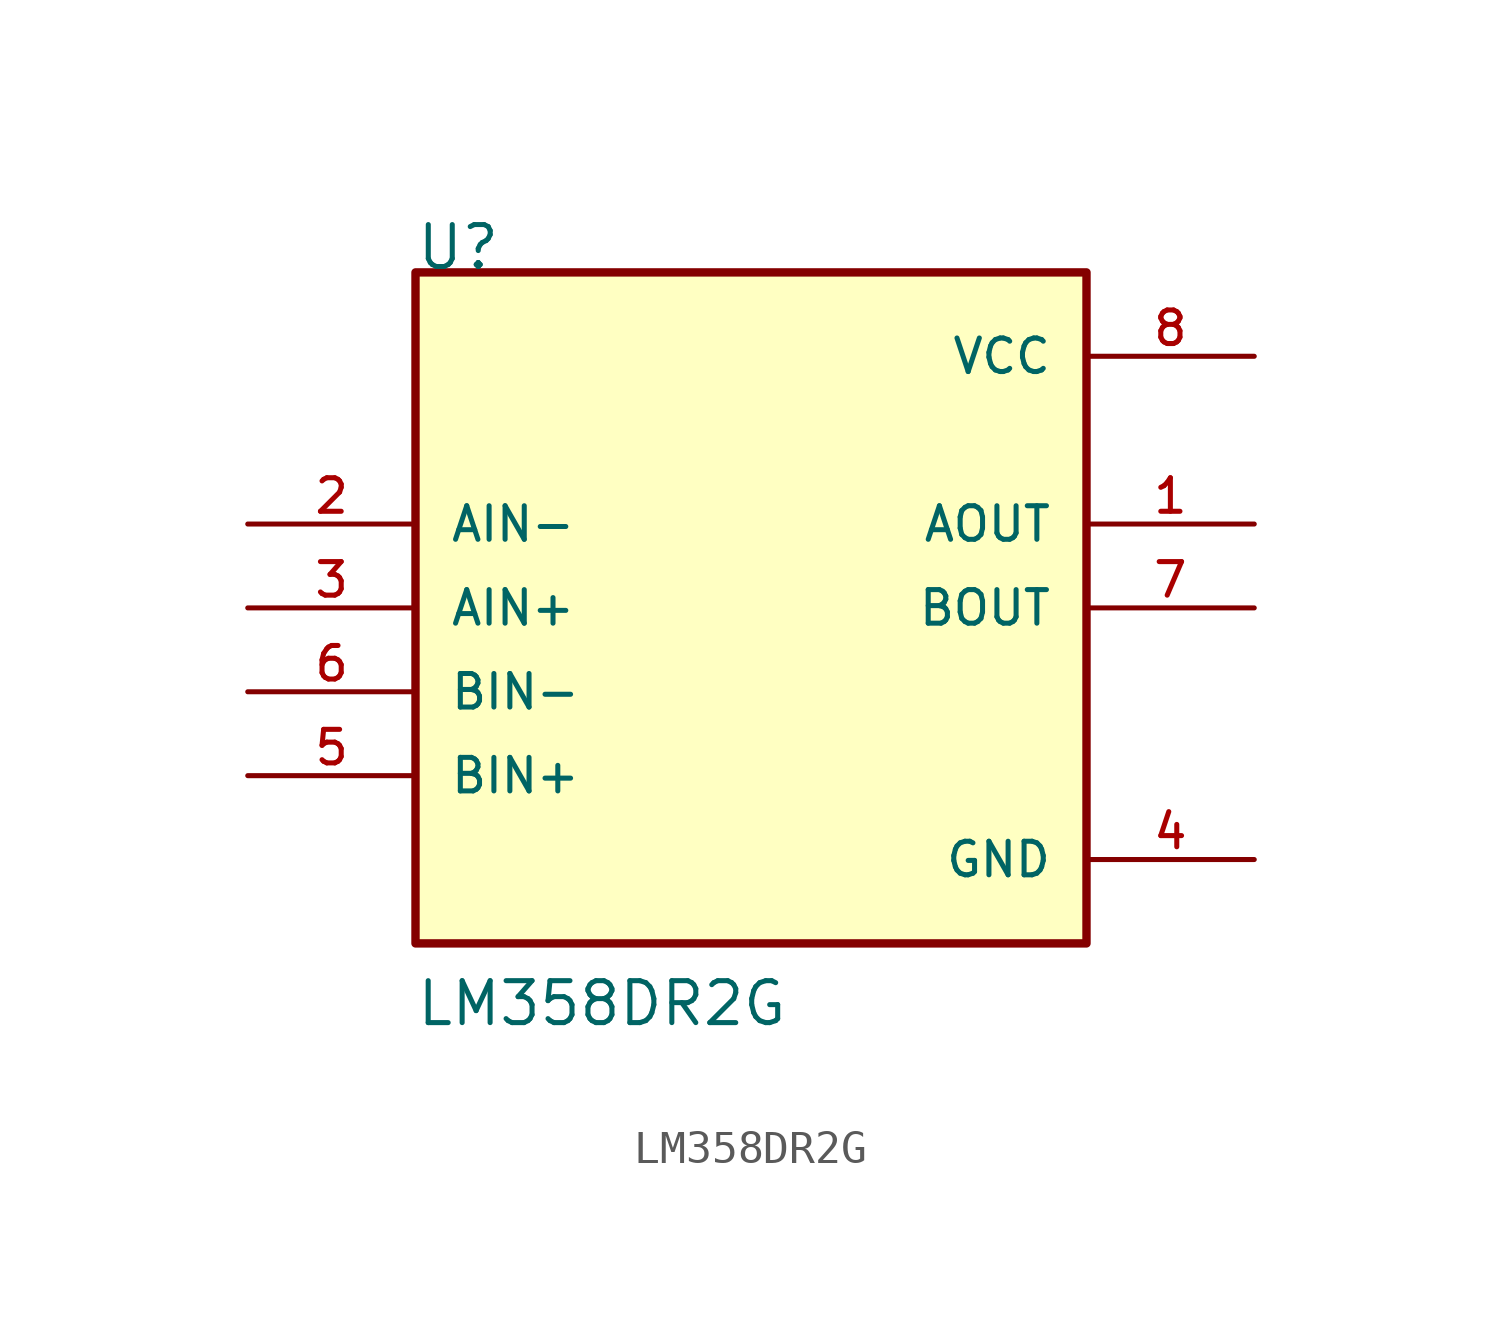
<source format=kicad_sym>
(kicad_symbol_lib
  (version 20211014)
  (generator kicad_symbol_editor)
  (symbol "LM358DR2G"
    (pin_names
      (offset 1.016))
    (property "Reference" "U"
      (at -10.175 10.175 0)
      (effects (font (size 1.27 1.27)) (justify bottom left)))
    (property "Value" "LM358DR2G"
      (at -10.178 -12.722 0)
      (effects (font (size 1.27 1.27)) (justify bottom left)))
    (symbol "LM358DR2G_0_0"
      (rectangle (start -10.16 -10.16) (end 10.16 10.16) (stroke (width 0.254)) (fill (type background)))
      (pin input line (at -15.24 2.54 0) (length 5.08) (name "AIN-" (effects (font (size 1.016 1.016)))) (number "2" (effects (font (size 1.016 1.016)))))
      (pin input line (at -15.24 0.0 0) (length 5.08) (name "AIN+" (effects (font (size 1.016 1.016)))) (number "3" (effects (font (size 1.016 1.016)))))
      (pin input line (at -15.24 -2.54 0) (length 5.08) (name "BIN-" (effects (font (size 1.016 1.016)))) (number "6" (effects (font (size 1.016 1.016)))))
      (pin input line (at -15.24 -5.08 0) (length 5.08) (name "BIN+" (effects (font (size 1.016 1.016)))) (number "5" (effects (font (size 1.016 1.016)))))
      (pin output line (at 15.24 2.54 180.0) (length 5.08) (name "AOUT" (effects (font (size 1.016 1.016)))) (number "1" (effects (font (size 1.016 1.016)))))
      (pin output line (at 15.24 0.0 180.0) (length 5.08) (name "BOUT" (effects (font (size 1.016 1.016)))) (number "7" (effects (font (size 1.016 1.016)))))
      (pin power_in line (at 15.24 7.62 180.0) (length 5.08) (name "VCC" (effects (font (size 1.016 1.016)))) (number "8" (effects (font (size 1.016 1.016)))))
      (pin passive line (at 15.24 -7.62 180.0) (length 5.08) (name "GND" (effects (font (size 1.016 1.016)))) (number "4" (effects (font (size 1.016 1.016))))))))
</source>
